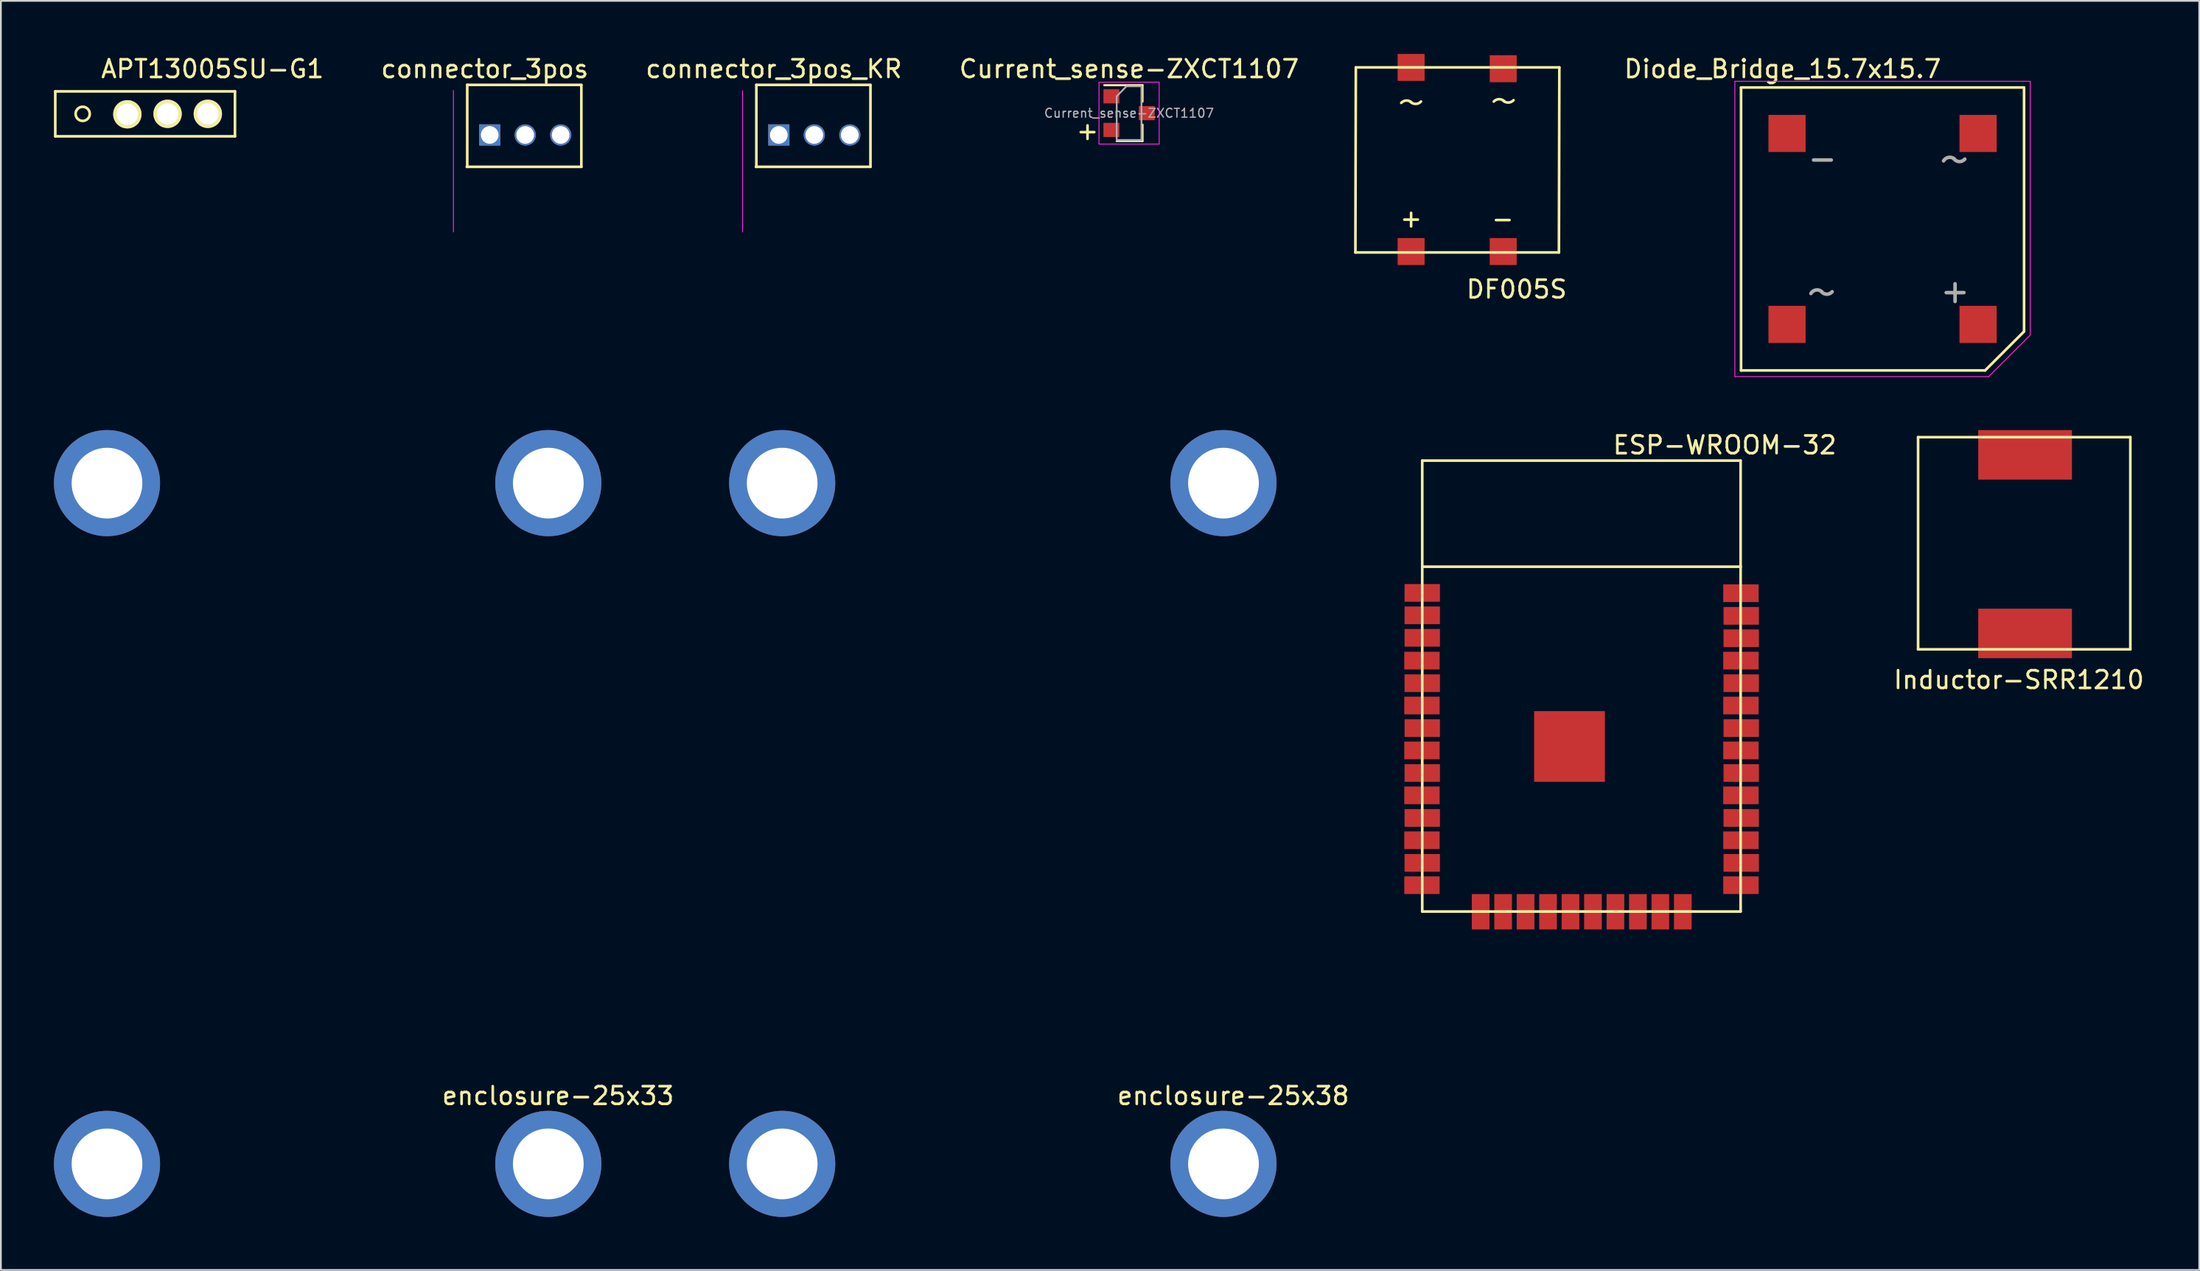
<source format=kicad_pcb>
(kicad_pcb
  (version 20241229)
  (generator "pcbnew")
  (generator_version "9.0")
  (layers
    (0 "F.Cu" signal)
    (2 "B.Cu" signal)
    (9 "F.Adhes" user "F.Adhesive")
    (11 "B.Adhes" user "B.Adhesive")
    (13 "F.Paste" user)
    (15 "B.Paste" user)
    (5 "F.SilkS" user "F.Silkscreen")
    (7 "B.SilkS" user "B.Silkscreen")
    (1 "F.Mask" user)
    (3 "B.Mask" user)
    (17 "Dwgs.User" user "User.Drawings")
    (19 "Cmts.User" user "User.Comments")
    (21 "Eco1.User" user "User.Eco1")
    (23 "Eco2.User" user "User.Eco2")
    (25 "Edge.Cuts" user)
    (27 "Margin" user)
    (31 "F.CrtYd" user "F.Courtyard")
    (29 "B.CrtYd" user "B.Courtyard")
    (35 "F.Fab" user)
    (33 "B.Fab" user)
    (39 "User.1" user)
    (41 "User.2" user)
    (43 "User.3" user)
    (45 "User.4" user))
  (footprint "enclosure-25x33"
    (layer "F.Cu")
    (at 3.05 24.223)
    (property "Reference" "enclosure-25x33" (at 25.45 34.7 0) (layer "F.SilkS") (effects (font (size 1 1) (thickness 0.15))))
    (attr through_hole)
    (pad "" np_thru_hole circle (at -0.05 0.05) (size 6 6) (drill 4) (layers "*.Cu" "*.Mask"))
    (pad "" np_thru_hole circle (at -0.05 38.55) (size 6 6) (drill 4) (layers "*.Cu" "*.Mask"))
    (pad "" np_thru_hole circle (at 24.9 0.05) (size 6 6) (drill 4) (layers "*.Cu" "*.Mask"))
    (pad "" np_thru_hole circle (at 24.9 38.55) (size 6 6) (drill 4) (layers "*.Cu" "*.Mask")))
  (footprint "Current_sense-ZXCT1107"
    (layer "F.Cu")
    (at 60.786 3.348)
    (property "Reference" "Current_sense-ZXCT1107" (at 0 -2.5 0) (layer "F.SilkS") (effects (font (size 1 1) (thickness 0.15))))
    (attr smd)
    (fp_line (start 0.76 -1.58) (end -1.4 -1.58) (stroke (width 0.12) (type solid)) (layer "F.SilkS"))
    (fp_line (start 0.76 -1.58) (end 0.76 -0.65) (stroke (width 0.12) (type solid)) (layer "F.SilkS"))
    (fp_line (start 0.76 1.58) (end -0.7 1.58) (stroke (width 0.12) (type solid)) (layer "F.SilkS"))
    (fp_line (start 0.76 1.58) (end 0.76 0.65) (stroke (width 0.12) (type solid)) (layer "F.SilkS"))
    (fp_line (start -1.7 -1.75) (end 1.7 -1.75) (stroke (width 0.05) (type solid)) (layer "F.CrtYd"))
    (fp_line (start -1.7 1.75) (end -1.7 -1.75) (stroke (width 0.05) (type solid)) (layer "F.CrtYd"))
    (fp_line (start 1.7 -1.75) (end 1.7 1.75) (stroke (width 0.05) (type solid)) (layer "F.CrtYd"))
    (fp_line (start 1.7 1.75) (end -1.7 1.75) (stroke (width 0.05) (type solid)) (layer "F.CrtYd"))
    (fp_line (start -0.7 -0.95) (end -0.7 1.5) (stroke (width 0.1) (type solid)) (layer "F.Fab"))
    (fp_line (start -0.7 -0.95) (end -0.15 -1.52) (stroke (width 0.1) (type solid)) (layer "F.Fab"))
    (fp_line (start -0.7 1.52) (end 0.7 1.52) (stroke (width 0.1) (type solid)) (layer "F.Fab"))
    (fp_line (start -0.15 -1.52) (end 0.7 -1.52) (stroke (width 0.1) (type solid)) (layer "F.Fab"))
    (fp_line (start 0.7 -1.52) (end 0.7 1.52) (stroke (width 0.1) (type solid)) (layer "F.Fab"))
    (fp_text user "+" (at -2.35 1 0) (layer "F.SilkS") (effects (font (size 1 1) (thickness 0.15))))
    (fp_text user "${REFERENCE}" (at 0 0 0) (layer "F.Fab") (effects (font (size 0.5 0.5) (thickness 0.075))))
    (pad "1" smd rect (at 1 0) (size 0.9 0.8) (layers "F.Cu" "F.Mask" "F.Paste"))
    (pad "2" smd rect (at -1 -0.95) (size 0.9 0.8) (layers "F.Cu" "F.Mask" "F.Paste"))
    (pad "3" smd rect (at -1 0.95) (size 0.9 0.8) (layers "F.Cu" "F.Mask" "F.Paste")))
  (footprint "connector_3pos"
    (layer "F.Cu")
    (at 24.586 5.369)
    (property "Reference" "connector_3pos" (at -0.229 -4.521 0) (layer "F.SilkS") (effects (font (size 1 1) (thickness 0.15))))
    (attr through_hole)
    (fp_line (start -1.245 1.016) (end 5.232 1.016) (stroke (width 0.15) (type solid)) (layer "F.SilkS"))
    (fp_line (start -1.219 -3.619) (end -1.219 1.017) (stroke (width 0.15) (type solid)) (layer "F.SilkS"))
    (fp_line (start 5.232 1.016) (end 5.232 -3.607) (stroke (width 0.15) (type solid)) (layer "F.SilkS"))
    (fp_line (start 5.232 -3.619) (end -1.219 -3.619) (stroke (width 0.15) (type solid)) (layer "F.SilkS"))
    (fp_line (start -2 4.7) (end -2 -3.3) (stroke (width 0.05) (type solid)) (layer "F.CrtYd"))
    (pad "1" thru_hole rect (at 0.051 -0.787) (size 1.2 1.2) (drill 1) (layers "*.Cu" "*.Mask"))
    (pad "2" thru_hole circle (at 2.057 -0.787) (size 1.2 1.2) (drill 1) (layers "*.Cu" "*.Mask"))
    (pad "3" thru_hole circle (at 4.064 -0.787) (size 1.2 1.2) (drill 1) (layers "*.Cu" "*.Mask")))
  (footprint "Inductor-SRR1210"
    (layer "F.Cu")
    (at 111.245 28.673)
    (property "Reference" "Inductor-SRR1210" (at -0.15 6.725 0) (layer "F.SilkS") (effects (font (size 1 1) (thickness 0.15))))
    (attr through_hole)
    (fp_line (start -5.85 -7) (end -5.85 5) (stroke (width 0.15) (type solid)) (layer "F.SilkS"))
    (fp_line (start -5.85 5) (end 6.15 5) (stroke (width 0.15) (type solid)) (layer "F.SilkS"))
    (fp_line (start 6.15 -7) (end -5.85 -7) (stroke (width 0.15) (type solid)) (layer "F.SilkS"))
    (fp_line (start 6.15 5) (end 6.15 -7) (stroke (width 0.15) (type solid)) (layer "F.SilkS"))
    (pad "1" smd rect (at 0.2 -6) (size 5.3 2.8) (layers "F.Cu" "F.Mask" "F.Paste"))
    (pad "2" smd rect (at 0.2 4.1) (size 5.3 2.8) (layers "F.Cu" "F.Mask" "F.Paste")))
  (footprint "Diode_Bridge_15.7x15.7"
    (layer "F.Cu")
    (at 97.986 4.498)
    (property "Reference" "Diode_Bridge_15.7x15.7" (at -0.25 -3.65 0) (layer "F.SilkS") (effects (font (size 1 1) (thickness 0.15))))
    (attr through_hole)
    (fp_line (start -2.6 -2.6) (end 13.4 -2.6) (stroke (width 0.15) (type solid)) (layer "F.SilkS"))
    (fp_line (start -2.6 13.4) (end -2.6 -2.6) (stroke (width 0.15) (type solid)) (layer "F.SilkS"))
    (fp_line (start 11.2 13.4) (end -2.6 13.4) (stroke (width 0.15) (type solid)) (layer "F.SilkS"))
    (fp_line (start 13.4 -2.6) (end 13.4 11.2) (stroke (width 0.15) (type solid)) (layer "F.SilkS"))
    (fp_line (start 13.4 11.2) (end 11.2 13.4) (stroke (width 0.15) (type solid)) (layer "F.SilkS"))
    (fp_line (start -2.95 -2.95) (end 13.75 -2.95) (stroke (width 0.05) (type solid)) (layer "F.CrtYd"))
    (fp_line (start -2.95 13.75) (end -2.95 -2.95) (stroke (width 0.05) (type solid)) (layer "F.CrtYd"))
    (fp_line (start 11.4 13.75) (end -2.95 13.75) (stroke (width 0.05) (type solid)) (layer "F.CrtYd"))
    (fp_line (start 13.75 -2.95) (end 13.75 11.4) (stroke (width 0.05) (type solid)) (layer "F.CrtYd"))
    (fp_line (start 13.75 11.4) (end 11.4 13.75) (stroke (width 0.05) (type solid)) (layer "F.CrtYd"))
    (fp_line (start 2.5 1.5) (end 1.5 1.5) (stroke (width 0.2) (type solid)) (layer "F.Fab"))
    (fp_line (start 9 9) (end 10 9) (stroke (width 0.2) (type solid)) (layer "F.Fab"))
    (fp_line (start 9.5 8.5) (end 9.5 9.5) (stroke (width 0.2) (type solid)) (layer "F.Fab"))
    (fp_arc (start 1.35 9.05) (mid 1.628233 8.853327) (end 1.957738 8.940047) (stroke (width 0.2) (type solid)) (layer "F.Fab"))
    (fp_arc (start 2.55 8.95) (mid 2.251325 9.09051) (end 1.951704 8.95203) (stroke (width 0.2) (type solid)) (layer "F.Fab"))
    (fp_arc (start 8.85 1.55) (mid 9.128233 1.353327) (end 9.457738 1.440047) (stroke (width 0.2) (type solid)) (layer "F.Fab"))
    (fp_arc (start 10.05 1.45) (mid 9.751325 1.59051) (end 9.451704 1.45203) (stroke (width 0.2) (type solid)) (layer "F.Fab"))
    (pad "1" smd rect (at 0 0) (size 2.1 2.1) (layers "F.Cu" "F.Mask" "F.Paste"))
    (pad "2" smd rect (at 0 10.8) (size 2.1 2.1) (layers "F.Cu" "F.Mask" "F.Paste"))
    (pad "3" smd rect (at 10.8 10.8) (size 2.1 2.1) (layers "F.Cu" "F.Mask" "F.Paste"))
    (pad "4" smd rect (at 10.8 0) (size 2.1 2.1) (layers "F.Cu" "F.Mask" "F.Paste")))
  (footprint "ESP-WROOM-32"
    (layer "F.Cu")
    (at 77.361 31.75)
    (property "Reference" "ESP-WROOM-32" (at 17.103 -9.629 0) (layer "F.SilkS") (effects (font (size 1 1) (thickness 0.15))))
    (attr through_hole)
    (fp_line (start 0 -8.75) (end 0 -2.75) (stroke (width 0.15) (type solid)) (layer "F.SilkS"))
    (fp_line (start 0 -2.75) (end 18 -2.75) (stroke (width 0.15) (type solid)) (layer "F.SilkS"))
    (fp_line (start 0 16.75) (end 0 -2.75) (stroke (width 0.15) (type solid)) (layer "F.SilkS"))
    (fp_line (start 18 -8.75) (end 0 -8.75) (stroke (width 0.15) (type solid)) (layer "F.SilkS"))
    (fp_line (start 18 -2.75) (end 18 -8.75) (stroke (width 0.15) (type solid)) (layer "F.SilkS"))
    (fp_line (start 18 -2.75) (end 18 16.75) (stroke (width 0.15) (type solid)) (layer "F.SilkS"))
    (fp_line (start 18 16.75) (end 0 16.75) (stroke (width 0.15) (type solid)) (layer "F.SilkS"))
    (pad "1" smd rect (at 0 -1.27) (size 2 1) (layers "F.Cu" "F.Mask" "F.Paste"))
    (pad "1" smd rect (at 3.302 16.764) (size 1 2) (layers "F.Cu" "F.Mask" "F.Paste"))
    (pad "1" smd rect (at 8.326 7.417) (size 4 4) (layers "F.Cu" "F.Mask" "F.Paste"))
    (pad "1" smd rect (at 18.018 -1.25) (size 2 1) (layers "F.Cu" "F.Mask" "F.Paste"))
    (pad "2" smd rect (at 0 0) (size 2 1) (layers "F.Cu" "F.Mask" "F.Paste"))
    (pad "3" smd rect (at 0 1.27) (size 2 1) (layers "F.Cu" "F.Mask" "F.Paste"))
    (pad "4" smd rect (at -0.016 2.56) (size 2 1) (layers "F.Cu" "F.Mask" "F.Paste"))
    (pad "5" smd rect (at 0 3.838) (size 2 1) (layers "F.Cu" "F.Mask" "F.Paste"))
    (pad "6" smd rect (at -0.016 5.1) (size 2 1) (layers "F.Cu" "F.Mask" "F.Paste"))
    (pad "7" smd rect (at 0 6.378) (size 2 1) (layers "F.Cu" "F.Mask" "F.Paste"))
    (pad "8" smd rect (at -0.016 7.64) (size 2 1) (layers "F.Cu" "F.Mask" "F.Paste"))
    (pad "9" smd rect (at 0 8.918) (size 2 1) (layers "F.Cu" "F.Mask" "F.Paste"))
    (pad "10" smd rect (at -0.016 10.18) (size 2 1) (layers "F.Cu" "F.Mask" "F.Paste"))
    (pad "11" smd rect (at 0 11.458) (size 2 1) (layers "F.Cu" "F.Mask" "F.Paste"))
    (pad "12" smd rect (at -0.016 12.72) (size 2 1) (layers "F.Cu" "F.Mask" "F.Paste"))
    (pad "13" smd rect (at 0 13.998) (size 2 1) (layers "F.Cu" "F.Mask" "F.Paste"))
    (pad "14" smd rect (at -0.016 15.26) (size 2 1) (layers "F.Cu" "F.Mask" "F.Paste"))
    (pad "16" smd rect (at 4.572 16.764) (size 1 2) (layers "F.Cu" "F.Mask" "F.Paste"))
    (pad "17" smd rect (at 5.842 16.764) (size 1 2) (layers "F.Cu" "F.Mask" "F.Paste"))
    (pad "18" smd rect (at 7.112 16.764) (size 1 2) (layers "F.Cu" "F.Mask" "F.Paste"))
    (pad "19" smd rect (at 8.382 16.764) (size 1 2) (layers "F.Cu" "F.Mask" "F.Paste"))
    (pad "20" smd rect (at 9.652 16.764) (size 1 2) (layers "F.Cu" "F.Mask" "F.Paste"))
    (pad "21" smd rect (at 10.922 16.764) (size 1 2) (layers "F.Cu" "F.Mask" "F.Paste"))
    (pad "22" smd rect (at 12.192 16.764) (size 1 2) (layers "F.Cu" "F.Mask" "F.Paste"))
    (pad "23" smd rect (at 13.462 16.764) (size 1 2) (layers "F.Cu" "F.Mask" "F.Paste"))
    (pad "24" smd rect (at 14.732 16.764) (size 1 2) (layers "F.Cu" "F.Mask" "F.Paste"))
    (pad "25" smd rect (at 18.018 15.26) (size 2 1) (layers "F.Cu" "F.Mask" "F.Paste"))
    (pad "26" smd rect (at 18.034 13.998) (size 2 1) (layers "F.Cu" "F.Mask" "F.Paste"))
    (pad "27" smd rect (at 18.018 12.72) (size 2 1) (layers "F.Cu" "F.Mask" "F.Paste"))
    (pad "28" smd rect (at 18.034 11.458) (size 2 1) (layers "F.Cu" "F.Mask" "F.Paste"))
    (pad "29" smd rect (at 18.018 10.18) (size 2 1) (layers "F.Cu" "F.Mask" "F.Paste"))
    (pad "30" smd rect (at 18.034 8.918) (size 2 1) (layers "F.Cu" "F.Mask" "F.Paste"))
    (pad "31" smd rect (at 18.018 7.64) (size 2 1) (layers "F.Cu" "F.Mask" "F.Paste"))
    (pad "32" smd rect (at 18.034 6.378) (size 2 1) (layers "F.Cu" "F.Mask" "F.Paste"))
    (pad "33" smd rect (at 18.018 5.1) (size 2 1) (layers "F.Cu" "F.Mask" "F.Paste"))
    (pad "34" smd rect (at 18.034 3.838) (size 2 1) (layers "F.Cu" "F.Mask" "F.Paste"))
    (pad "35" smd rect (at 18.018 2.56) (size 2 1) (layers "F.Cu" "F.Mask" "F.Paste"))
    (pad "36" smd rect (at 18.034 1.298) (size 2 1) (layers "F.Cu" "F.Mask" "F.Paste"))
    (pad "37" smd rect (at 18.034 0.028) (size 2 1) (layers "F.Cu" "F.Mask" "F.Paste")))
  (footprint "DF005S"
    (layer "F.Cu")
    (at 76.731 11.176)
    (property "Reference" "DF005S" (at 5.969 2.134 0) (layer "F.SilkS") (effects (font (size 1 1) (thickness 0.15))))
    (attr through_hole)
    (fp_line (start -3.15 0.051) (end 8.357 0.051) (stroke (width 0.15) (type solid)) (layer "F.SilkS"))
    (fp_line (start -3.124 -10.414) (end -3.15 0.051) (stroke (width 0.15) (type solid)) (layer "F.SilkS"))
    (fp_line (start 8.357 0.051) (end 8.382 -10.414) (stroke (width 0.15) (type solid)) (layer "F.SilkS"))
    (fp_line (start 8.382 -10.414) (end -3.124 -10.414) (stroke (width 0.15) (type solid)) (layer "F.SilkS"))
    (fp_arc (start -0.5588 -8.4074) (mid -0.255329 -8.54148) (end 0.048997 -8.409354) (stroke (width 0.15) (type solid)) (layer "F.SilkS"))
    (fp_arc (start 0.5588 -8.4836) (mid 0.255329 -8.34952) (end -0.048997 -8.481646) (stroke (width 0.15) (type solid)) (layer "F.SilkS"))
    (fp_arc (start 4.6736 -8.4836) (mid 4.977071 -8.61768) (end 5.281397 -8.485554) (stroke (width 0.15) (type solid)) (layer "F.SilkS"))
    (fp_arc (start 5.7912 -8.5598) (mid 5.487729 -8.42572) (end 5.183403 -8.557846) (stroke (width 0.15) (type solid)) (layer "F.SilkS"))
    (fp_text user "+" (at 0 -1.88 0) (layer "F.SilkS") (effects (font (size 1 1) (thickness 0.15))))
    (fp_text user "-" (at 5.182 -1.854 0) (layer "F.SilkS") (effects (font (size 1 1) (thickness 0.15))))
    (pad "1" smd rect (at 0 0) (size 1.524 1.524) (layers "F.Cu" "F.Mask" "F.Paste"))
    (pad "2" smd rect (at 5.207 0) (size 1.524 1.524) (layers "F.Cu" "F.Mask" "F.Paste"))
    (pad "3" smd rect (at 5.207 -10.338) (size 1.524 1.524) (layers "F.Cu" "F.Mask" "F.Paste"))
    (pad "4" smd rect (at 0 -10.414) (size 1.524 1.524) (layers "F.Cu" "F.Mask" "F.Paste")))
  (footprint "enclosure-25x38"
    (layer "F.Cu")
    (at 41.223 24.223)
    (property "Reference" "enclosure-25x38" (at 25.45 34.7 0) (layer "F.SilkS") (effects (font (size 1 1) (thickness 0.15))))
    (attr through_hole)
    (pad "" np_thru_hole circle (at -0.05 0.05) (size 6 6) (drill 4) (layers "*.Cu" "*.Mask"))
    (pad "" np_thru_hole circle (at -0.05 38.55) (size 6 6) (drill 4) (layers "*.Cu" "*.Mask"))
    (pad "" np_thru_hole circle (at 24.9 0.05) (size 6 6) (drill 4) (layers "*.Cu" "*.Mask"))
    (pad "" np_thru_hole circle (at 24.9 38.55) (size 6 6) (drill 4) (layers "*.Cu" "*.Mask")))
  (footprint "connector_3pos_KR"
    (layer "F.Cu")
    (at 40.932 5.369)
    (property "Reference" "connector_3pos_KR" (at -0.229 -4.521 0) (layer "F.SilkS") (effects (font (size 1 1) (thickness 0.15))))
    (attr through_hole)
    (fp_line (start -1.245 1.016) (end 5.232 1.016) (stroke (width 0.15) (type solid)) (layer "F.SilkS"))
    (fp_line (start -1.219 -3.619) (end -1.219 1.017) (stroke (width 0.15) (type solid)) (layer "F.SilkS"))
    (fp_line (start 5.232 1.016) (end 5.232 -3.607) (stroke (width 0.15) (type solid)) (layer "F.SilkS"))
    (fp_line (start 5.232 -3.619) (end -1.219 -3.619) (stroke (width 0.15) (type solid)) (layer "F.SilkS"))
    (fp_line (start -2 4.7) (end -2 -3.3) (stroke (width 0.05) (type solid)) (layer "F.CrtYd"))
    (pad "1" thru_hole rect (at 0.051 -0.787) (size 1.2 1.2) (drill 1) (layers "*.Cu" "*.Mask"))
    (pad "2" thru_hole circle (at 2.057 -0.787) (size 1.2 1.2) (drill 1) (layers "*.Cu" "*.Mask"))
    (pad "3" thru_hole circle (at 4.064 -0.787) (size 1.2 1.2) (drill 1) (layers "*.Cu" "*.Mask")))
  (footprint "APT13005SU-G1"
    (layer "F.Cu")
    (at 6.425 3.388)
    (property "Reference" "APT13005SU-G1" (at 2.54 -2.54 0) (layer "F.SilkS") (effects (font (size 1 1) (thickness 0.15))))
    (attr through_hole)
    (fp_line (start -6.35 -1.27) (end 3.81 -1.27) (stroke (width 0.15) (type solid)) (layer "F.SilkS"))
    (fp_line (start -6.35 1.27) (end -6.35 -1.27) (stroke (width 0.15) (type solid)) (layer "F.SilkS"))
    (fp_line (start 3.81 -1.27) (end 3.81 1.27) (stroke (width 0.15) (type solid)) (layer "F.SilkS"))
    (fp_line (start 3.81 1.27) (end -6.35 1.27) (stroke (width 0.15) (type solid)) (layer "F.SilkS"))
    (fp_circle (center -4.8 0) (end -4.8 0.4) (stroke (width 0.15) (type solid)) (fill no) (layer "F.SilkS"))
    (pad "1" thru_hole circle (at -2.275 0.025) (size 1.6 1.6) (drill 1.2) (layers "*.Cu" "*.Mask" "F.SilkS"))
    (pad "2" thru_hole circle (at 0 0) (size 1.6 1.6) (drill 1.2) (layers "*.Cu" "*.Mask" "F.SilkS"))
    (pad "3" thru_hole circle (at 2.275 0) (size 1.6 1.6) (drill 1.2) (layers "*.Cu" "*.Mask" "F.SilkS")))
  (gr_rect
    (start -3 -3)
    (end 121.291 68.773)
    (stroke (width 0.1) (type default))
    (fill no)
    (layer "Edge.Cuts")))
</source>
